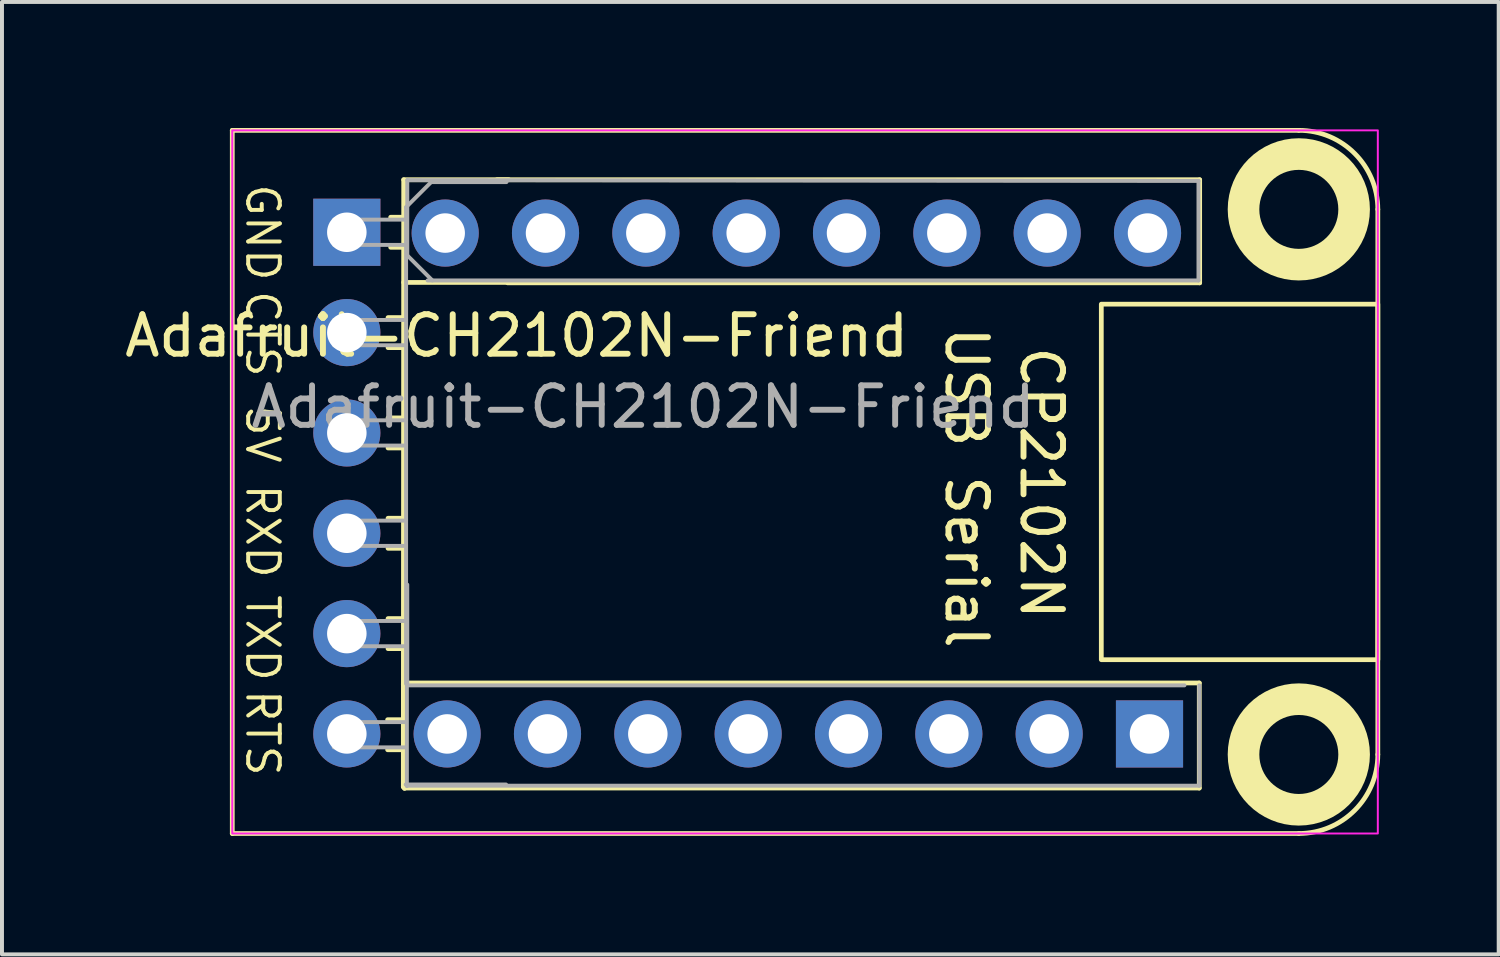
<source format=kicad_pcb>
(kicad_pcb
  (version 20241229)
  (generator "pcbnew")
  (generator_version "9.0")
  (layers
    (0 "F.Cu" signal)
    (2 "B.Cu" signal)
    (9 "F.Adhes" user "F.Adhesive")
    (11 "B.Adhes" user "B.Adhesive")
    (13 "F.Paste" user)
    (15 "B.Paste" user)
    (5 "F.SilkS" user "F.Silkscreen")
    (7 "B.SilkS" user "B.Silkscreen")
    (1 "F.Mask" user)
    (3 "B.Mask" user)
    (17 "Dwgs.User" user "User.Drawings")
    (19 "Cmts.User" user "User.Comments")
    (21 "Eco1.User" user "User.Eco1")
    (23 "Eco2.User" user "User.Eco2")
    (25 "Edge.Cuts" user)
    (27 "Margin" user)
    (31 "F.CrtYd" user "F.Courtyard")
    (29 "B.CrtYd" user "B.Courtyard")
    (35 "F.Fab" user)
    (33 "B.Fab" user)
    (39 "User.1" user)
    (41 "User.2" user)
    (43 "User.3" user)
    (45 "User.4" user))
  (footprint "Adafruit-CH2102N-Friend"
    (layer "F.Cu")
    (at 2.83 0.25)
    (property "Reference" "Adafruit-CH2102N-Friend" (at 7.2 5.2 0) (unlocked yes) (layer "F.SilkS") (effects (font (size 1 1) (thickness 0.15))))
    (attr through_hole)
    (fp_line (start 0 0) (end 27 0) (stroke (width 0.12) (type default)) (layer "F.SilkS"))
    (fp_line (start 0 17.8) (end 0 0) (stroke (width 0.12) (type default)) (layer "F.SilkS"))
    (fp_line (start 3.933 14.92) (end 4.33 14.92) (stroke (width 0.12) (type solid)) (layer "F.SilkS"))
    (fp_line (start 3.933 15.68) (end 4.33 15.68) (stroke (width 0.12) (type solid)) (layer "F.SilkS"))
    (fp_line (start 3.943 4.74) (end 4.34 4.74) (stroke (width 0.12) (type solid)) (layer "F.SilkS"))
    (fp_line (start 3.943 5.5) (end 4.34 5.5) (stroke (width 0.12) (type solid)) (layer "F.SilkS"))
    (fp_line (start 3.943 7.28) (end 4.34 7.28) (stroke (width 0.12) (type solid)) (layer "F.SilkS"))
    (fp_line (start 3.943 8.04) (end 4.34 8.04) (stroke (width 0.12) (type solid)) (layer "F.SilkS"))
    (fp_line (start 3.943 9.82) (end 4.34 9.82) (stroke (width 0.12) (type solid)) (layer "F.SilkS"))
    (fp_line (start 3.943 10.58) (end 4.34 10.58) (stroke (width 0.12) (type solid)) (layer "F.SilkS"))
    (fp_line (start 3.943 12.36) (end 4.34 12.36) (stroke (width 0.12) (type solid)) (layer "F.SilkS"))
    (fp_line (start 3.943 13.12) (end 4.34 13.12) (stroke (width 0.12) (type solid)) (layer "F.SilkS"))
    (fp_line (start 4.01 2.2) (end 4.34 2.2) (stroke (width 0.12) (type solid)) (layer "F.SilkS"))
    (fp_line (start 4.01 2.96) (end 4.34 2.96) (stroke (width 0.12) (type solid)) (layer "F.SilkS"))
    (fp_line (start 4.33 14.02) (end 6.99 14.02) (stroke (width 0.12) (type solid)) (layer "F.SilkS"))
    (fp_line (start 4.33 16.62) (end 6.99 16.62) (stroke (width 0.12) (type solid)) (layer "F.SilkS"))
    (fp_line (start 4.34 1.25) (end 4.33 16.62) (stroke (width 0.12) (type solid)) (layer "F.SilkS"))
    (fp_line (start 4.34 3.85) (end 7 3.85) (stroke (width 0.12) (type solid)) (layer "F.SilkS"))
    (fp_line (start 4.36 14) (end 4.36 16.66) (stroke (width 0.12) (type solid)) (layer "F.SilkS"))
    (fp_line (start 4.37 3.86) (end 4.37 2.53) (stroke (width 0.12) (type solid)) (layer "F.SilkS"))
    (fp_line (start 4.37 11.44) (end 4.37 14.1) (stroke (width 0.12) (type solid)) (layer "F.SilkS"))
    (fp_line (start 6.7 1.25) (end 24.49 1.25) (stroke (width 0.12) (type solid)) (layer "F.SilkS"))
    (fp_line (start 6.97 3.86) (end 24.49 3.86) (stroke (width 0.12) (type solid)) (layer "F.SilkS"))
    (fp_line (start 7 1.25) (end 4.34 1.25) (stroke (width 0.12) (type solid)) (layer "F.SilkS"))
    (fp_line (start 12.99 14.91) (end 12.99 15.67) (stroke (width 0.12) (type solid)) (layer "F.SilkS"))
    (fp_line (start 13 2.2) (end 13 2.96) (stroke (width 0.12) (type solid)) (layer "F.SilkS"))
    (fp_line (start 24.48 13.99) (end 4.36 13.99) (stroke (width 0.12) (type solid)) (layer "F.SilkS"))
    (fp_line (start 24.48 13.99) (end 24.48 16.65) (stroke (width 0.12) (type solid)) (layer "F.SilkS"))
    (fp_line (start 24.48 16.65) (end 4.36 16.65) (stroke (width 0.12) (type solid)) (layer "F.SilkS"))
    (fp_line (start 24.49 3.86) (end 24.49 1.25) (stroke (width 0.12) (type solid)) (layer "F.SilkS"))
    (fp_line (start 27 17.8) (end 0 17.8) (stroke (width 0.12) (type default)) (layer "F.SilkS"))
    (fp_line (start 29 2) (end 29 15.8) (stroke (width 0.12) (type default)) (layer "F.SilkS"))
    (fp_rect (start 22 4.4) (end 29 13.4) (stroke (width 0.12) (type solid)) (fill no) (layer "F.SilkS"))
    (fp_arc (start 27 0) (mid 28.414214 0.585786) (end 29 2) (stroke (width 0.12) (type default)) (layer "F.SilkS"))
    (fp_arc (start 29 15.8) (mid 28.414214 17.214214) (end 27 17.8) (stroke (width 0.12) (type default)) (layer "F.SilkS"))
    (fp_circle (center 27 2) (end 28.4 2) (stroke (width 0.8) (type solid)) (fill no) (layer "F.SilkS"))
    (fp_circle (center 27 15.8) (end 28.4 15.8) (stroke (width 0.8) (type solid)) (fill no) (layer "F.SilkS"))
    (fp_rect (start 0 0) (end 29 17.8) (stroke (width 0.05) (type default)) (fill no) (layer "F.CrtYd"))
    (fp_line (start 2.57 14.98) (end 4.39 14.98) (stroke (width 0.1) (type solid)) (layer "F.Fab"))
    (fp_line (start 2.57 15.62) (end 4.39 15.62) (stroke (width 0.1) (type solid)) (layer "F.Fab"))
    (fp_line (start 2.58 2.26) (end 2.58 2.9) (stroke (width 0.1) (type solid)) (layer "F.Fab"))
    (fp_line (start 2.58 2.26) (end 4.4 2.26) (stroke (width 0.1) (type solid)) (layer "F.Fab"))
    (fp_line (start 2.58 2.9) (end 4.4 2.9) (stroke (width 0.1) (type solid)) (layer "F.Fab"))
    (fp_line (start 2.58 4.8) (end 2.58 5.44) (stroke (width 0.1) (type solid)) (layer "F.Fab"))
    (fp_line (start 2.58 4.8) (end 4.4 4.8) (stroke (width 0.1) (type solid)) (layer "F.Fab"))
    (fp_line (start 2.58 5.44) (end 4.4 5.44) (stroke (width 0.1) (type solid)) (layer "F.Fab"))
    (fp_line (start 2.58 7.34) (end 2.58 7.98) (stroke (width 0.1) (type solid)) (layer "F.Fab"))
    (fp_line (start 2.58 7.34) (end 4.4 7.34) (stroke (width 0.1) (type solid)) (layer "F.Fab"))
    (fp_line (start 2.58 7.98) (end 4.4 7.98) (stroke (width 0.1) (type solid)) (layer "F.Fab"))
    (fp_line (start 2.58 9.88) (end 2.58 10.52) (stroke (width 0.1) (type solid)) (layer "F.Fab"))
    (fp_line (start 2.58 9.88) (end 4.4 9.88) (stroke (width 0.1) (type solid)) (layer "F.Fab"))
    (fp_line (start 2.58 10.52) (end 4.4 10.52) (stroke (width 0.1) (type solid)) (layer "F.Fab"))
    (fp_line (start 2.58 12.42) (end 2.58 13.06) (stroke (width 0.1) (type solid)) (layer "F.Fab"))
    (fp_line (start 2.58 12.42) (end 4.4 12.42) (stroke (width 0.1) (type solid)) (layer "F.Fab"))
    (fp_line (start 2.58 13.06) (end 4.4 13.06) (stroke (width 0.1) (type solid)) (layer "F.Fab"))
    (fp_line (start 4.4 1.945) (end 5.035 1.31) (stroke (width 0.1) (type solid)) (layer "F.Fab"))
    (fp_line (start 4.4 14.01) (end 4.4 1.945) (stroke (width 0.1) (type solid)) (layer "F.Fab"))
    (fp_line (start 4.42 14.05) (end 24.105 14.05) (stroke (width 0.1) (type solid)) (layer "F.Fab"))
    (fp_line (start 4.42 16.6) (end 4.42 14.06) (stroke (width 0.1) (type solid)) (layer "F.Fab"))
    (fp_line (start 4.43 1.26) (end 24.46 1.28) (stroke (width 0.1) (type solid)) (layer "F.Fab"))
    (fp_line (start 4.43 3.165) (end 4.43 1.26) (stroke (width 0.1) (type solid)) (layer "F.Fab"))
    (fp_line (start 4.43 14.04) (end 4.43 11.5) (stroke (width 0.1) (type solid)) (layer "F.Fab"))
    (fp_line (start 5.035 1.31) (end 6.94 1.31) (stroke (width 0.1) (type solid)) (layer "F.Fab"))
    (fp_line (start 5.065 3.8) (end 4.43 3.165) (stroke (width 0.1) (type solid)) (layer "F.Fab"))
    (fp_line (start 6.93 16.56) (end 4.39 16.56) (stroke (width 0.1) (type solid)) (layer "F.Fab"))
    (fp_line (start 12.94 2.26) (end 12.94 2.9) (stroke (width 0.1) (type solid)) (layer "F.Fab"))
    (fp_line (start 24.46 1.28) (end 24.46 3.8) (stroke (width 0.1) (type solid)) (layer "F.Fab"))
    (fp_line (start 24.46 3.8) (end 4.945 3.8) (stroke (width 0.1) (type solid)) (layer "F.Fab"))
    (fp_line (start 24.48 14.05) (end 24.48 16.59) (stroke (width 0.1) (type solid)) (layer "F.Fab"))
    (fp_line (start 24.48 16.59) (end 4.42 16.59) (stroke (width 0.1) (type solid)) (layer "F.Fab"))
    (fp_text user "5V" (at 0.3 6.9 270) (unlocked yes) (layer "F.SilkS") (effects (font (size 0.8 0.8) (thickness 0.1)) (justify left bottom)))
    (fp_text user "GND" (at 0.3 1.3 270) (unlocked yes) (layer "F.SilkS") (effects (font (size 0.8 0.8) (thickness 0.1)) (justify left bottom)))
    (fp_text user "RTS" (at 0.3 14.1 270) (unlocked yes) (layer "F.SilkS") (effects (font (size 0.8 0.8) (thickness 0.1)) (justify left bottom)))
    (fp_text user "RXD" (at 0.3 8.9 270) (unlocked yes) (layer "F.SilkS") (effects (font (size 0.8 0.8) (thickness 0.1)) (justify left bottom)))
    (fp_text user "TXD" (at 0.3 11.7 270) (unlocked yes) (layer "F.SilkS") (effects (font (size 0.8 0.8) (thickness 0.1)) (justify left bottom)))
    (fp_text user "USB Serial" (at 18 4.9 270) (unlocked yes) (layer "F.SilkS") (effects (font (size 1 1) (thickness 0.15)) (justify left bottom)))
    (fp_text user "CP2102N" (at 19.9 5.4 270) (unlocked yes) (layer "F.SilkS") (effects (font (size 1 1) (thickness 0.15)) (justify left bottom)))
    (fp_text user "CTS" (at 0.3 4 270) (unlocked yes) (layer "F.SilkS") (effects (font (size 0.8 0.8) (thickness 0.1)) (justify left bottom)))
    (fp_text user "${REFERENCE}" (at 10.4 7 0) (unlocked yes) (layer "F.Fab") (effects (font (size 1 1) (thickness 0.15))))
    (pad "1" thru_hole rect (at 2.9 2.58) (size 1.7 1.7) (drill 1) (layers "*.Cu" "*.Mask"))
    (pad "2" thru_hole oval (at 2.9 5.12) (size 1.7 1.7) (drill 1) (layers "*.Cu" "*.Mask"))
    (pad "3" thru_hole oval (at 2.9 7.66) (size 1.7 1.7) (drill 1) (layers "*.Cu" "*.Mask"))
    (pad "4" thru_hole oval (at 2.9 10.2) (size 1.7 1.7) (drill 1) (layers "*.Cu" "*.Mask"))
    (pad "5" thru_hole oval (at 2.9 12.74) (size 1.7 1.7) (drill 1) (layers "*.Cu" "*.Mask"))
    (pad "8" thru_hole oval (at 2.9 15.28 270) (size 1.7 1.7) (drill 1) (layers "*.Cu" "*.Mask"))
    (pad "9" thru_hole oval (at 23.17 2.6 90) (size 1.7 1.7) (drill 1) (layers "*.Cu" "*.Mask"))
    (pad "10" thru_hole oval (at 20.63 2.6 90) (size 1.7 1.7) (drill 1) (layers "*.Cu" "*.Mask"))
    (pad "11" thru_hole oval (at 18.09 2.6 90) (size 1.7 1.7) (drill 1) (layers "*.Cu" "*.Mask"))
    (pad "12" thru_hole oval (at 15.55 2.6 90) (size 1.7 1.7) (drill 1) (layers "*.Cu" "*.Mask"))
    (pad "13" thru_hole oval (at 13.01 2.6 90) (size 1.7 1.7) (drill 1) (layers "*.Cu" "*.Mask"))
    (pad "14" thru_hole oval (at 10.47 2.6 90) (size 1.7 1.7) (drill 1) (layers "*.Cu" "*.Mask"))
    (pad "15" thru_hole oval (at 7.93 2.6 90) (size 1.7 1.7) (drill 1) (layers "*.Cu" "*.Mask"))
    (pad "16" thru_hole oval (at 5.39 2.6 90) (size 1.7 1.7) (drill 1) (layers "*.Cu" "*.Mask"))
    (pad "17" thru_hole oval (at 5.44 15.28 270) (size 1.7 1.7) (drill 1) (layers "*.Cu" "*.Mask"))
    (pad "18" thru_hole oval (at 7.98 15.28 270) (size 1.7 1.7) (drill 1) (layers "*.Cu" "*.Mask"))
    (pad "19" thru_hole oval (at 10.52 15.28 270) (size 1.7 1.7) (drill 1) (layers "*.Cu" "*.Mask"))
    (pad "20" thru_hole oval (at 13.06 15.28 270) (size 1.7 1.7) (drill 1) (layers "*.Cu" "*.Mask"))
    (pad "21" thru_hole oval (at 15.6 15.28 270) (size 1.7 1.7) (drill 1) (layers "*.Cu" "*.Mask"))
    (pad "22" thru_hole oval (at 18.14 15.28 270) (size 1.7 1.7) (drill 1) (layers "*.Cu" "*.Mask"))
    (pad "23" thru_hole oval (at 20.68 15.28 270) (size 1.7 1.7) (drill 1) (layers "*.Cu" "*.Mask"))
    (pad "24" thru_hole rect (at 23.22 15.28 270) (size 1.7 1.7) (drill 1) (layers "*.Cu" "*.Mask")))
  (gr_rect
    (start -3 -3)
    (end 34.89 21.11)
    (stroke (width 0.1) (type default))
    (fill no)
    (layer "Edge.Cuts")))
</source>
